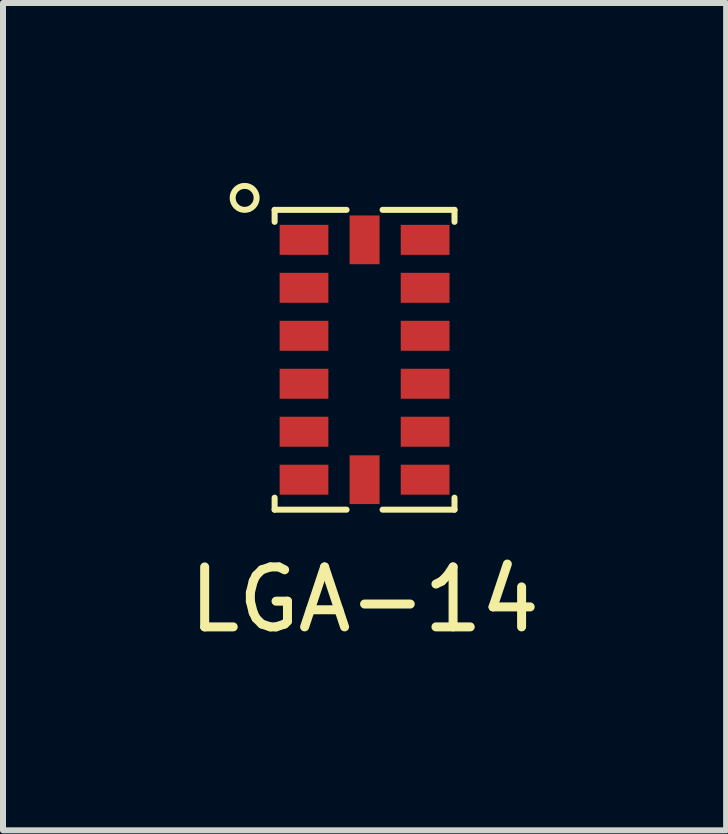
<source format=kicad_pcb>
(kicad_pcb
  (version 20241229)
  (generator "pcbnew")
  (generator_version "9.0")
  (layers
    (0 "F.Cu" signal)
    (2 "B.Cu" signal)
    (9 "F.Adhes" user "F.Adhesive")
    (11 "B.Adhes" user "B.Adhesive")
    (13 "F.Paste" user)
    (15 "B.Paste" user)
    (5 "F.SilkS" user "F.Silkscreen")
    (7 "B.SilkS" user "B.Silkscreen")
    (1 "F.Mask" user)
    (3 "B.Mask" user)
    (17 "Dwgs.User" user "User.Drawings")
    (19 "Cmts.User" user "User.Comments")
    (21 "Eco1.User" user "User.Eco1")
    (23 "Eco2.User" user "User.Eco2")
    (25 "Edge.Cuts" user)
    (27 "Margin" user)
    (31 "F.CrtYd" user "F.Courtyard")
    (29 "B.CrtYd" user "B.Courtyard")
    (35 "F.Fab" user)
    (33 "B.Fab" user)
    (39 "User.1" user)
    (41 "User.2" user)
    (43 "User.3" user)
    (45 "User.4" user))
  (footprint "LGA-14"
    (layer "F.Cu")
    (at 3.03 2.95)
    (property "Reference" "LGA-14" (at 0 4 0) (layer "F.SilkS") (effects (font (size 1 1) (thickness 0.15))))
    (attr through_hole)
    (fp_line (start -1.5 -2.5) (end -0.3 -2.5) (stroke (width 0.1) (type solid)) (layer "F.SilkS"))
    (fp_line (start -1.5 -2.3) (end -1.5 -2.5) (stroke (width 0.1) (type solid)) (layer "F.SilkS"))
    (fp_line (start -1.5 2.5) (end -1.5 2.3) (stroke (width 0.1) (type solid)) (layer "F.SilkS"))
    (fp_line (start -0.3 2.5) (end -1.5 2.5) (stroke (width 0.1) (type solid)) (layer "F.SilkS"))
    (fp_line (start 0.3 -2.5) (end 1.5 -2.5) (stroke (width 0.1) (type solid)) (layer "F.SilkS"))
    (fp_line (start 0.3 2.5) (end 1.5 2.5) (stroke (width 0.1) (type solid)) (layer "F.SilkS"))
    (fp_line (start 1.5 -2.5) (end 1.5 -2.3) (stroke (width 0.1) (type solid)) (layer "F.SilkS"))
    (fp_line (start 1.5 2.5) (end 1.5 2.3) (stroke (width 0.1) (type solid)) (layer "F.SilkS"))
    (fp_circle (center -2 -2.7) (end -2 -2.9) (stroke (width 0.1) (type solid)) (fill no) (layer "F.SilkS"))
    (pad "1" smd rect (at -1.01 -2) (size 0.813 0.5) (layers "F.Cu" "F.Mask" "F.Paste"))
    (pad "2" smd rect (at -1.01 -1.2) (size 0.813 0.5) (layers "F.Cu" "F.Mask" "F.Paste"))
    (pad "3" smd rect (at -1.01 -0.4) (size 0.813 0.5) (layers "F.Cu" "F.Mask" "F.Paste"))
    (pad "4" smd rect (at -1.01 0.4) (size 0.813 0.5) (layers "F.Cu" "F.Mask" "F.Paste"))
    (pad "5" smd rect (at -1.01 1.2) (size 0.813 0.5) (layers "F.Cu" "F.Mask" "F.Paste"))
    (pad "6" smd rect (at -1.01 2) (size 0.813 0.5) (layers "F.Cu" "F.Mask" "F.Paste"))
    (pad "7" smd rect (at 0 2 90) (size 0.813 0.5) (layers "F.Cu" "F.Mask" "F.Paste"))
    (pad "8" smd rect (at 1.01 2) (size 0.813 0.5) (layers "F.Cu" "F.Mask" "F.Paste"))
    (pad "9" smd rect (at 1.01 1.2) (size 0.813 0.5) (layers "F.Cu" "F.Mask" "F.Paste"))
    (pad "10" smd rect (at 1.01 0.4) (size 0.813 0.5) (layers "F.Cu" "F.Mask" "F.Paste"))
    (pad "11" smd rect (at 1.01 -0.4) (size 0.813 0.5) (layers "F.Cu" "F.Mask" "F.Paste"))
    (pad "12" smd rect (at 1.01 -1.2) (size 0.813 0.5) (layers "F.Cu" "F.Mask" "F.Paste"))
    (pad "13" smd rect (at 1.01 -2) (size 0.813 0.5) (layers "F.Cu" "F.Mask" "F.Paste"))
    (pad "14" smd rect (at 0 -2 270) (size 0.813 0.5) (layers "F.Cu" "F.Mask" "F.Paste")))
  (gr_rect
    (start -3 -3)
    (end 9.06 10.798)
    (stroke (width 0.1) (type default))
    (fill no)
    (layer "Edge.Cuts")))
</source>
